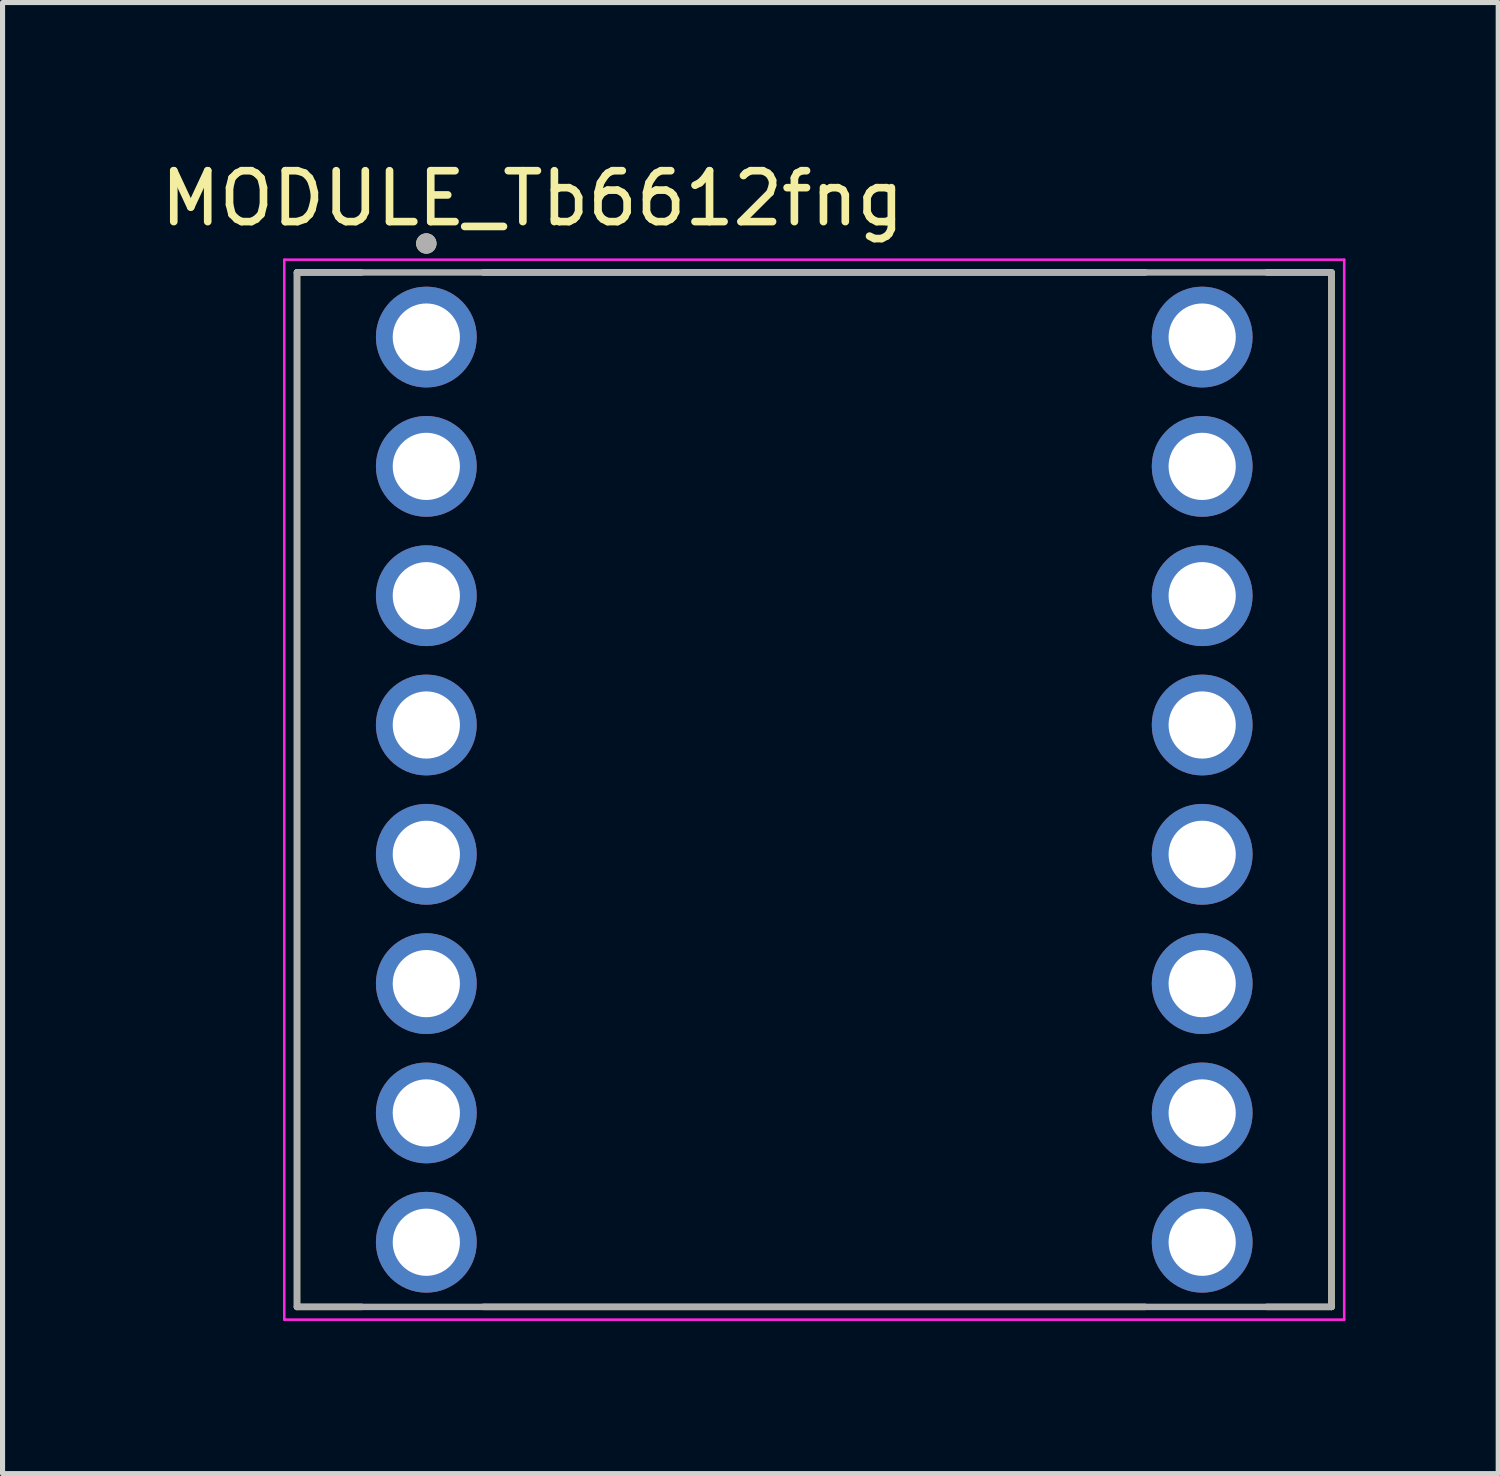
<source format=kicad_pcb>
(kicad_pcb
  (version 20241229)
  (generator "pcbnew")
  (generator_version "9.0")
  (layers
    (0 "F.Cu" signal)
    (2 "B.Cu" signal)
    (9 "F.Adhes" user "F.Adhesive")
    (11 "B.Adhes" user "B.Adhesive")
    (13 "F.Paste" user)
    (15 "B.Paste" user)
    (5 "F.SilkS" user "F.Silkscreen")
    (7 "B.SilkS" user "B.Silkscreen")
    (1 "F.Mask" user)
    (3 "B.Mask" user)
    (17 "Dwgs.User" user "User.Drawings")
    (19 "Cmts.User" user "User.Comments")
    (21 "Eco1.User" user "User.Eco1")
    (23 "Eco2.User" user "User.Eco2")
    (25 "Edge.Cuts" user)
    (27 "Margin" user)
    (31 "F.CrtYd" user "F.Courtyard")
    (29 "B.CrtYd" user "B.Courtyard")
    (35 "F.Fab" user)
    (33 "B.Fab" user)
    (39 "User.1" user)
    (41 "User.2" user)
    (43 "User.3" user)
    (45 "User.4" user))
  (footprint "MODULE_Tb6612fng"
    (layer "F.Cu")
    (at 12.944 12.461)
    (property "Reference" "MODULE_Tb6612fng" (at -5.533 -11.613 0) (layer "F.SilkS") (effects (font (size 1 1) (thickness 0.15))))
    (attr through_hole)
    (fp_line (start -10.16 -10.16) (end -10.16 10.16) (stroke (width 0.127) (type solid)) (layer "F.SilkS"))
    (fp_line (start -8.89 -10.16) (end -10.16 -10.16) (stroke (width 0.127) (type solid)) (layer "F.SilkS"))
    (fp_line (start -8.89 10.16) (end -10.16 10.16) (stroke (width 0.127) (type solid)) (layer "F.SilkS"))
    (fp_line (start -6.5 -10.16) (end 6.5 -10.16) (stroke (width 0.127) (type solid)) (layer "F.SilkS"))
    (fp_line (start -6.5 10.16) (end 6.5 10.16) (stroke (width 0.127) (type solid)) (layer "F.SilkS"))
    (fp_line (start 8.89 -10.16) (end 10.16 -10.16) (stroke (width 0.127) (type solid)) (layer "F.SilkS"))
    (fp_line (start 8.89 10.16) (end 10.16 10.16) (stroke (width 0.127) (type solid)) (layer "F.SilkS"))
    (fp_line (start 10.16 10.16) (end 10.16 -10.16) (stroke (width 0.127) (type solid)) (layer "F.SilkS"))
    (fp_circle (center -7.62 -10.728) (end -7.52 -10.728) (stroke (width 0.2) (type solid)) (fill no) (layer "F.SilkS"))
    (fp_line (start -10.41 -10.41) (end -10.41 10.41) (stroke (width 0.05) (type solid)) (layer "F.CrtYd"))
    (fp_line (start -10.41 10.41) (end 10.41 10.41) (stroke (width 0.05) (type solid)) (layer "F.CrtYd"))
    (fp_line (start 10.41 -10.41) (end -10.41 -10.41) (stroke (width 0.05) (type solid)) (layer "F.CrtYd"))
    (fp_line (start 10.41 10.41) (end 10.41 -10.41) (stroke (width 0.05) (type solid)) (layer "F.CrtYd"))
    (fp_line (start -10.16 -10.16) (end -10.16 10.16) (stroke (width 0.127) (type solid)) (layer "F.Fab"))
    (fp_line (start -10.16 10.16) (end 10.16 10.16) (stroke (width 0.127) (type solid)) (layer "F.Fab"))
    (fp_line (start 10.16 -10.16) (end -10.16 -10.16) (stroke (width 0.127) (type solid)) (layer "F.Fab"))
    (fp_line (start 10.16 10.16) (end 10.16 -10.16) (stroke (width 0.127) (type solid)) (layer "F.Fab"))
    (fp_circle (center -7.62 -10.728) (end -7.52 -10.728) (stroke (width 0.2) (type solid)) (fill no) (layer "F.Fab"))
    (pad "1" thru_hole circle (at -7.62 -8.89) (size 1.98 1.98) (drill 1.32) (layers "*.Cu" "*.Mask"))
    (pad "2" thru_hole circle (at -7.62 -6.35) (size 1.98 1.98) (drill 1.32) (layers "*.Cu" "*.Mask"))
    (pad "3" thru_hole circle (at -7.62 -3.81) (size 1.98 1.98) (drill 1.32) (layers "*.Cu" "*.Mask"))
    (pad "4" thru_hole circle (at -7.62 -1.27) (size 1.98 1.98) (drill 1.32) (layers "*.Cu" "*.Mask"))
    (pad "5" thru_hole circle (at -7.62 1.27) (size 1.98 1.98) (drill 1.32) (layers "*.Cu" "*.Mask"))
    (pad "6" thru_hole circle (at -7.62 3.81) (size 1.98 1.98) (drill 1.32) (layers "*.Cu" "*.Mask"))
    (pad "7" thru_hole circle (at -7.62 6.35) (size 1.98 1.98) (drill 1.32) (layers "*.Cu" "*.Mask"))
    (pad "8" thru_hole circle (at -7.62 8.89) (size 1.98 1.98) (drill 1.32) (layers "*.Cu" "*.Mask"))
    (pad "9" thru_hole circle (at 7.62 8.89) (size 1.98 1.98) (drill 1.32) (layers "*.Cu" "*.Mask"))
    (pad "10" thru_hole circle (at 7.62 6.35) (size 1.98 1.98) (drill 1.32) (layers "*.Cu" "*.Mask"))
    (pad "11" thru_hole circle (at 7.62 3.81) (size 1.98 1.98) (drill 1.32) (layers "*.Cu" "*.Mask"))
    (pad "12" thru_hole circle (at 7.62 1.27) (size 1.98 1.98) (drill 1.32) (layers "*.Cu" "*.Mask"))
    (pad "13" thru_hole circle (at 7.62 -1.27) (size 1.98 1.98) (drill 1.32) (layers "*.Cu" "*.Mask"))
    (pad "14" thru_hole circle (at 7.62 -3.81) (size 1.98 1.98) (drill 1.32) (layers "*.Cu" "*.Mask"))
    (pad "15" thru_hole circle (at 7.62 -6.35) (size 1.98 1.98) (drill 1.32) (layers "*.Cu" "*.Mask"))
    (pad "16" thru_hole circle (at 7.62 -8.89) (size 1.98 1.98) (drill 1.32) (layers "*.Cu" "*.Mask")))
  (gr_rect
    (start -3 -3)
    (end 26.379 25.896)
    (stroke (width 0.1) (type default))
    (fill no)
    (layer "Edge.Cuts")))
</source>
